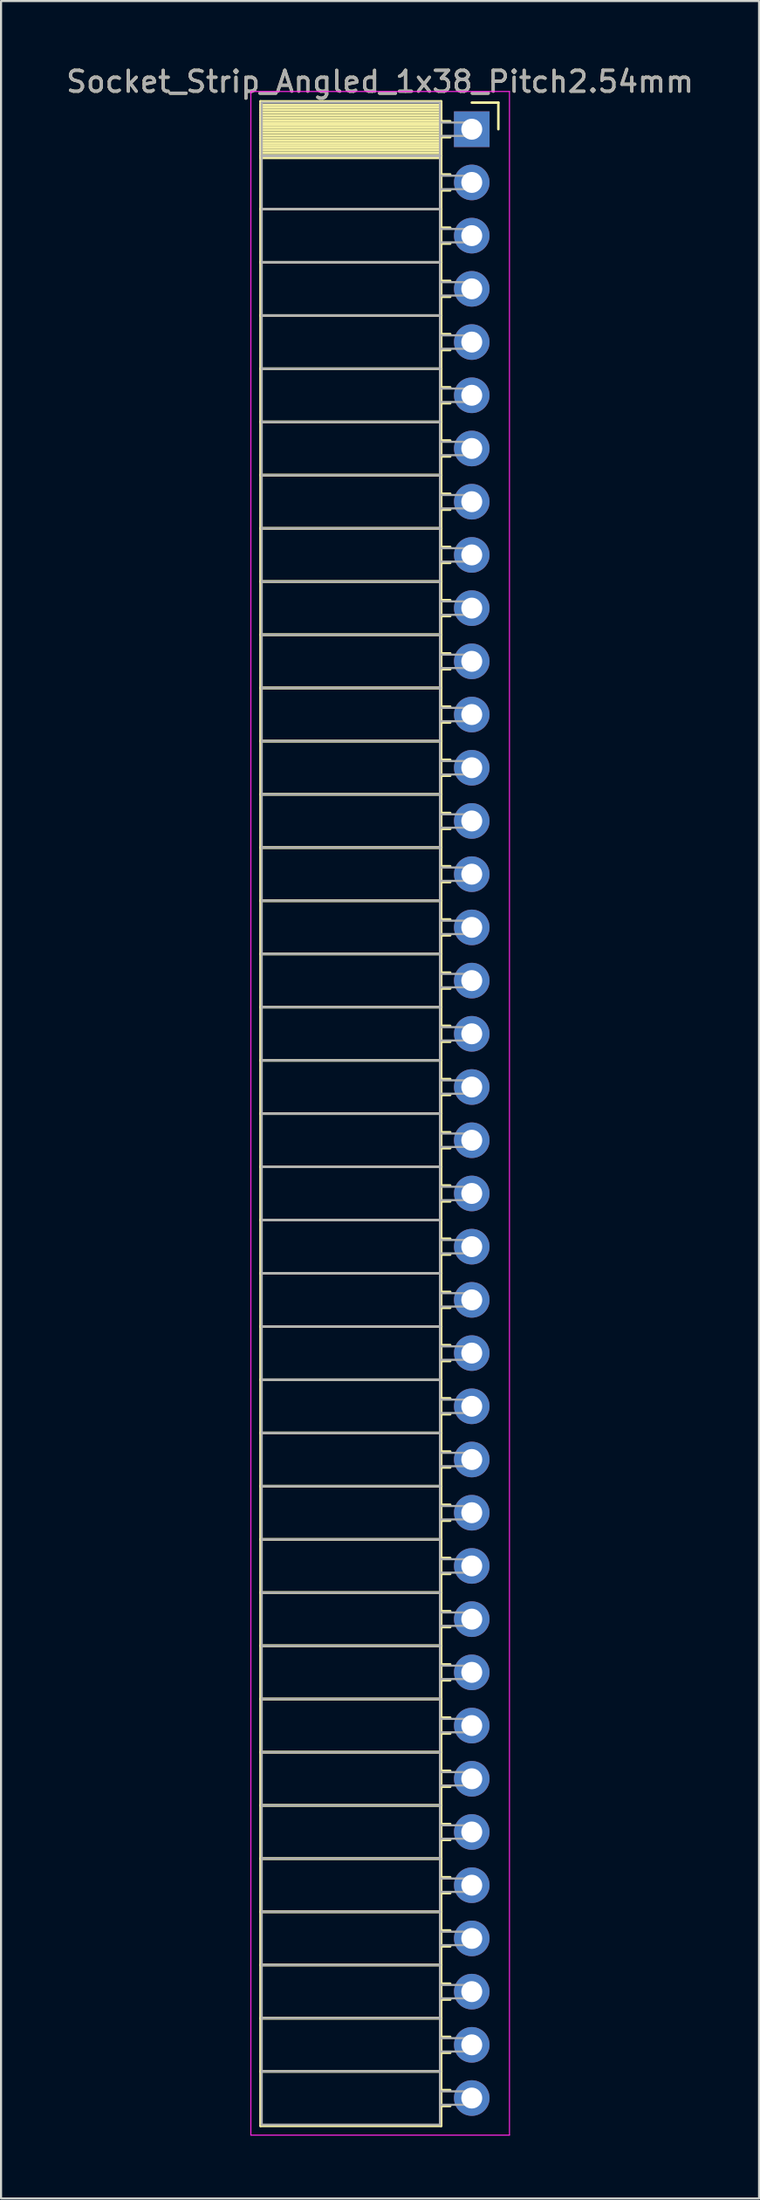
<source format=kicad_pcb>
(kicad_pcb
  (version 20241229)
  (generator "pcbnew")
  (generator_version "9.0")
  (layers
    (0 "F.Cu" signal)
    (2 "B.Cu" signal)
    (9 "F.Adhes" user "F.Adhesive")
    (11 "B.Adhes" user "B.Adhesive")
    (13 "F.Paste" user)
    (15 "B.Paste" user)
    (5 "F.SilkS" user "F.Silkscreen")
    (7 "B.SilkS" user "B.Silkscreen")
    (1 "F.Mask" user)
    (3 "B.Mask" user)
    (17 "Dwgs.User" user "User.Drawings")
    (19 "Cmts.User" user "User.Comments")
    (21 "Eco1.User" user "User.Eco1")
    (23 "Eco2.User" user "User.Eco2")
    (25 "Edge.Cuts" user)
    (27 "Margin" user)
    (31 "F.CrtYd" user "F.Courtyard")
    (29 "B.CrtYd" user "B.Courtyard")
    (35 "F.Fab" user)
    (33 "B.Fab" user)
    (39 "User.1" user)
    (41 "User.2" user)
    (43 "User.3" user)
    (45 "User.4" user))
  (footprint "Socket_Strip_Angled_1x38_Pitch2.54mm"
    (layer "F.Cu")
    (at 19.481 3.118)
    (property "Reference" "Socket_Strip_Angled_1x38_Pitch2.54mm" (at -4.38 -2.27 0) (layer "F.SilkS") (effects (font (size 1 1) (thickness 0.15))))
    (attr through_hole)
    (fp_line (start -10.09 -1.33) (end -1.46 -1.33) (stroke (width 0.12) (type solid)) (layer "F.SilkS"))
    (fp_line (start -10.09 1.27) (end -10.09 -1.33) (stroke (width 0.12) (type solid)) (layer "F.SilkS"))
    (fp_line (start -10.09 1.27) (end -1.46 1.27) (stroke (width 0.12) (type solid)) (layer "F.SilkS"))
    (fp_line (start -10.09 3.81) (end -10.09 1.27) (stroke (width 0.12) (type solid)) (layer "F.SilkS"))
    (fp_line (start -10.09 3.81) (end -1.46 3.81) (stroke (width 0.12) (type solid)) (layer "F.SilkS"))
    (fp_line (start -10.09 6.35) (end -10.09 3.81) (stroke (width 0.12) (type solid)) (layer "F.SilkS"))
    (fp_line (start -10.09 6.35) (end -1.46 6.35) (stroke (width 0.12) (type solid)) (layer "F.SilkS"))
    (fp_line (start -10.09 8.89) (end -10.09 6.35) (stroke (width 0.12) (type solid)) (layer "F.SilkS"))
    (fp_line (start -10.09 8.89) (end -1.46 8.89) (stroke (width 0.12) (type solid)) (layer "F.SilkS"))
    (fp_line (start -10.09 11.43) (end -10.09 8.89) (stroke (width 0.12) (type solid)) (layer "F.SilkS"))
    (fp_line (start -10.09 11.43) (end -1.46 11.43) (stroke (width 0.12) (type solid)) (layer "F.SilkS"))
    (fp_line (start -10.09 13.97) (end -10.09 11.43) (stroke (width 0.12) (type solid)) (layer "F.SilkS"))
    (fp_line (start -10.09 13.97) (end -1.46 13.97) (stroke (width 0.12) (type solid)) (layer "F.SilkS"))
    (fp_line (start -10.09 16.51) (end -10.09 13.97) (stroke (width 0.12) (type solid)) (layer "F.SilkS"))
    (fp_line (start -10.09 16.51) (end -1.46 16.51) (stroke (width 0.12) (type solid)) (layer "F.SilkS"))
    (fp_line (start -10.09 19.05) (end -10.09 16.51) (stroke (width 0.12) (type solid)) (layer "F.SilkS"))
    (fp_line (start -10.09 19.05) (end -1.46 19.05) (stroke (width 0.12) (type solid)) (layer "F.SilkS"))
    (fp_line (start -10.09 21.59) (end -10.09 19.05) (stroke (width 0.12) (type solid)) (layer "F.SilkS"))
    (fp_line (start -10.09 21.59) (end -1.46 21.59) (stroke (width 0.12) (type solid)) (layer "F.SilkS"))
    (fp_line (start -10.09 24.13) (end -10.09 21.59) (stroke (width 0.12) (type solid)) (layer "F.SilkS"))
    (fp_line (start -10.09 24.13) (end -1.46 24.13) (stroke (width 0.12) (type solid)) (layer "F.SilkS"))
    (fp_line (start -10.09 26.67) (end -10.09 24.13) (stroke (width 0.12) (type solid)) (layer "F.SilkS"))
    (fp_line (start -10.09 26.67) (end -1.46 26.67) (stroke (width 0.12) (type solid)) (layer "F.SilkS"))
    (fp_line (start -10.09 29.21) (end -10.09 26.67) (stroke (width 0.12) (type solid)) (layer "F.SilkS"))
    (fp_line (start -10.09 29.21) (end -1.46 29.21) (stroke (width 0.12) (type solid)) (layer "F.SilkS"))
    (fp_line (start -10.09 31.75) (end -10.09 29.21) (stroke (width 0.12) (type solid)) (layer "F.SilkS"))
    (fp_line (start -10.09 31.75) (end -1.46 31.75) (stroke (width 0.12) (type solid)) (layer "F.SilkS"))
    (fp_line (start -10.09 34.29) (end -10.09 31.75) (stroke (width 0.12) (type solid)) (layer "F.SilkS"))
    (fp_line (start -10.09 34.29) (end -1.46 34.29) (stroke (width 0.12) (type solid)) (layer "F.SilkS"))
    (fp_line (start -10.09 36.83) (end -10.09 34.29) (stroke (width 0.12) (type solid)) (layer "F.SilkS"))
    (fp_line (start -10.09 36.83) (end -1.46 36.83) (stroke (width 0.12) (type solid)) (layer "F.SilkS"))
    (fp_line (start -10.09 39.37) (end -10.09 36.83) (stroke (width 0.12) (type solid)) (layer "F.SilkS"))
    (fp_line (start -10.09 39.37) (end -1.46 39.37) (stroke (width 0.12) (type solid)) (layer "F.SilkS"))
    (fp_line (start -10.09 41.91) (end -10.09 39.37) (stroke (width 0.12) (type solid)) (layer "F.SilkS"))
    (fp_line (start -10.09 41.91) (end -1.46 41.91) (stroke (width 0.12) (type solid)) (layer "F.SilkS"))
    (fp_line (start -10.09 44.45) (end -10.09 41.91) (stroke (width 0.12) (type solid)) (layer "F.SilkS"))
    (fp_line (start -10.09 44.45) (end -1.46 44.45) (stroke (width 0.12) (type solid)) (layer "F.SilkS"))
    (fp_line (start -10.09 46.99) (end -10.09 44.45) (stroke (width 0.12) (type solid)) (layer "F.SilkS"))
    (fp_line (start -10.09 46.99) (end -1.46 46.99) (stroke (width 0.12) (type solid)) (layer "F.SilkS"))
    (fp_line (start -10.09 49.53) (end -10.09 46.99) (stroke (width 0.12) (type solid)) (layer "F.SilkS"))
    (fp_line (start -10.09 49.53) (end -1.46 49.53) (stroke (width 0.12) (type solid)) (layer "F.SilkS"))
    (fp_line (start -10.09 52.07) (end -10.09 49.53) (stroke (width 0.12) (type solid)) (layer "F.SilkS"))
    (fp_line (start -10.09 52.07) (end -1.46 52.07) (stroke (width 0.12) (type solid)) (layer "F.SilkS"))
    (fp_line (start -10.09 54.61) (end -10.09 52.07) (stroke (width 0.12) (type solid)) (layer "F.SilkS"))
    (fp_line (start -10.09 54.61) (end -1.46 54.61) (stroke (width 0.12) (type solid)) (layer "F.SilkS"))
    (fp_line (start -10.09 57.15) (end -10.09 54.61) (stroke (width 0.12) (type solid)) (layer "F.SilkS"))
    (fp_line (start -10.09 57.15) (end -1.46 57.15) (stroke (width 0.12) (type solid)) (layer "F.SilkS"))
    (fp_line (start -10.09 59.69) (end -10.09 57.15) (stroke (width 0.12) (type solid)) (layer "F.SilkS"))
    (fp_line (start -10.09 59.69) (end -1.46 59.69) (stroke (width 0.12) (type solid)) (layer "F.SilkS"))
    (fp_line (start -10.09 62.23) (end -10.09 59.69) (stroke (width 0.12) (type solid)) (layer "F.SilkS"))
    (fp_line (start -10.09 62.23) (end -1.46 62.23) (stroke (width 0.12) (type solid)) (layer "F.SilkS"))
    (fp_line (start -10.09 64.77) (end -10.09 62.23) (stroke (width 0.12) (type solid)) (layer "F.SilkS"))
    (fp_line (start -10.09 64.77) (end -1.46 64.77) (stroke (width 0.12) (type solid)) (layer "F.SilkS"))
    (fp_line (start -10.09 67.31) (end -10.09 64.77) (stroke (width 0.12) (type solid)) (layer "F.SilkS"))
    (fp_line (start -10.09 67.31) (end -1.46 67.31) (stroke (width 0.12) (type solid)) (layer "F.SilkS"))
    (fp_line (start -10.09 69.85) (end -10.09 67.31) (stroke (width 0.12) (type solid)) (layer "F.SilkS"))
    (fp_line (start -10.09 69.85) (end -1.46 69.85) (stroke (width 0.12) (type solid)) (layer "F.SilkS"))
    (fp_line (start -10.09 72.39) (end -10.09 69.85) (stroke (width 0.12) (type solid)) (layer "F.SilkS"))
    (fp_line (start -10.09 72.39) (end -1.46 72.39) (stroke (width 0.12) (type solid)) (layer "F.SilkS"))
    (fp_line (start -10.09 74.93) (end -10.09 72.39) (stroke (width 0.12) (type solid)) (layer "F.SilkS"))
    (fp_line (start -10.09 74.93) (end -1.46 74.93) (stroke (width 0.12) (type solid)) (layer "F.SilkS"))
    (fp_line (start -10.09 77.47) (end -10.09 74.93) (stroke (width 0.12) (type solid)) (layer "F.SilkS"))
    (fp_line (start -10.09 77.47) (end -1.46 77.47) (stroke (width 0.12) (type solid)) (layer "F.SilkS"))
    (fp_line (start -10.09 80.01) (end -10.09 77.47) (stroke (width 0.12) (type solid)) (layer "F.SilkS"))
    (fp_line (start -10.09 80.01) (end -1.46 80.01) (stroke (width 0.12) (type solid)) (layer "F.SilkS"))
    (fp_line (start -10.09 82.55) (end -10.09 80.01) (stroke (width 0.12) (type solid)) (layer "F.SilkS"))
    (fp_line (start -10.09 82.55) (end -1.46 82.55) (stroke (width 0.12) (type solid)) (layer "F.SilkS"))
    (fp_line (start -10.09 85.09) (end -10.09 82.55) (stroke (width 0.12) (type solid)) (layer "F.SilkS"))
    (fp_line (start -10.09 85.09) (end -1.46 85.09) (stroke (width 0.12) (type solid)) (layer "F.SilkS"))
    (fp_line (start -10.09 87.63) (end -10.09 85.09) (stroke (width 0.12) (type solid)) (layer "F.SilkS"))
    (fp_line (start -10.09 87.63) (end -1.46 87.63) (stroke (width 0.12) (type solid)) (layer "F.SilkS"))
    (fp_line (start -10.09 90.17) (end -10.09 87.63) (stroke (width 0.12) (type solid)) (layer "F.SilkS"))
    (fp_line (start -10.09 90.17) (end -1.46 90.17) (stroke (width 0.12) (type solid)) (layer "F.SilkS"))
    (fp_line (start -10.09 92.71) (end -10.09 90.17) (stroke (width 0.12) (type solid)) (layer "F.SilkS"))
    (fp_line (start -10.09 92.71) (end -1.46 92.71) (stroke (width 0.12) (type solid)) (layer "F.SilkS"))
    (fp_line (start -10.09 95.31) (end -10.09 92.71) (stroke (width 0.12) (type solid)) (layer "F.SilkS"))
    (fp_line (start -1.46 -1.33) (end -1.46 1.27) (stroke (width 0.12) (type solid)) (layer "F.SilkS"))
    (fp_line (start -1.46 -1.15) (end -10.09 -1.15) (stroke (width 0.12) (type solid)) (layer "F.SilkS"))
    (fp_line (start -1.46 -1.03) (end -10.09 -1.03) (stroke (width 0.12) (type solid)) (layer "F.SilkS"))
    (fp_line (start -1.46 -0.91) (end -10.09 -0.91) (stroke (width 0.12) (type solid)) (layer "F.SilkS"))
    (fp_line (start -1.46 -0.79) (end -10.09 -0.79) (stroke (width 0.12) (type solid)) (layer "F.SilkS"))
    (fp_line (start -1.46 -0.67) (end -10.09 -0.67) (stroke (width 0.12) (type solid)) (layer "F.SilkS"))
    (fp_line (start -1.46 -0.55) (end -10.09 -0.55) (stroke (width 0.12) (type solid)) (layer "F.SilkS"))
    (fp_line (start -1.46 -0.43) (end -10.09 -0.43) (stroke (width 0.12) (type solid)) (layer "F.SilkS"))
    (fp_line (start -1.46 -0.31) (end -10.09 -0.31) (stroke (width 0.12) (type solid)) (layer "F.SilkS"))
    (fp_line (start -1.46 -0.19) (end -10.09 -0.19) (stroke (width 0.12) (type solid)) (layer "F.SilkS"))
    (fp_line (start -1.46 -0.07) (end -10.09 -0.07) (stroke (width 0.12) (type solid)) (layer "F.SilkS"))
    (fp_line (start -1.46 0.05) (end -10.09 0.05) (stroke (width 0.12) (type solid)) (layer "F.SilkS"))
    (fp_line (start -1.46 0.17) (end -10.09 0.17) (stroke (width 0.12) (type solid)) (layer "F.SilkS"))
    (fp_line (start -1.46 0.29) (end -10.09 0.29) (stroke (width 0.12) (type solid)) (layer "F.SilkS"))
    (fp_line (start -1.46 0.41) (end -10.09 0.41) (stroke (width 0.12) (type solid)) (layer "F.SilkS"))
    (fp_line (start -1.46 0.53) (end -10.09 0.53) (stroke (width 0.12) (type solid)) (layer "F.SilkS"))
    (fp_line (start -1.46 0.65) (end -10.09 0.65) (stroke (width 0.12) (type solid)) (layer "F.SilkS"))
    (fp_line (start -1.46 0.77) (end -10.09 0.77) (stroke (width 0.12) (type solid)) (layer "F.SilkS"))
    (fp_line (start -1.46 0.89) (end -10.09 0.89) (stroke (width 0.12) (type solid)) (layer "F.SilkS"))
    (fp_line (start -1.46 1.01) (end -10.09 1.01) (stroke (width 0.12) (type solid)) (layer "F.SilkS"))
    (fp_line (start -1.46 1.13) (end -10.09 1.13) (stroke (width 0.12) (type solid)) (layer "F.SilkS"))
    (fp_line (start -1.46 1.25) (end -10.09 1.25) (stroke (width 0.12) (type solid)) (layer "F.SilkS"))
    (fp_line (start -1.46 1.27) (end -10.09 1.27) (stroke (width 0.12) (type solid)) (layer "F.SilkS"))
    (fp_line (start -1.46 1.27) (end -1.46 3.81) (stroke (width 0.12) (type solid)) (layer "F.SilkS"))
    (fp_line (start -1.46 1.37) (end -10.09 1.37) (stroke (width 0.12) (type solid)) (layer "F.SilkS"))
    (fp_line (start -1.46 3.81) (end -10.09 3.81) (stroke (width 0.12) (type solid)) (layer "F.SilkS"))
    (fp_line (start -1.46 3.81) (end -1.46 6.35) (stroke (width 0.12) (type solid)) (layer "F.SilkS"))
    (fp_line (start -1.46 6.35) (end -10.09 6.35) (stroke (width 0.12) (type solid)) (layer "F.SilkS"))
    (fp_line (start -1.46 6.35) (end -1.46 8.89) (stroke (width 0.12) (type solid)) (layer "F.SilkS"))
    (fp_line (start -1.46 8.89) (end -10.09 8.89) (stroke (width 0.12) (type solid)) (layer "F.SilkS"))
    (fp_line (start -1.46 8.89) (end -1.46 11.43) (stroke (width 0.12) (type solid)) (layer "F.SilkS"))
    (fp_line (start -1.46 11.43) (end -10.09 11.43) (stroke (width 0.12) (type solid)) (layer "F.SilkS"))
    (fp_line (start -1.46 11.43) (end -1.46 13.97) (stroke (width 0.12) (type solid)) (layer "F.SilkS"))
    (fp_line (start -1.46 13.97) (end -10.09 13.97) (stroke (width 0.12) (type solid)) (layer "F.SilkS"))
    (fp_line (start -1.46 13.97) (end -1.46 16.51) (stroke (width 0.12) (type solid)) (layer "F.SilkS"))
    (fp_line (start -1.46 16.51) (end -10.09 16.51) (stroke (width 0.12) (type solid)) (layer "F.SilkS"))
    (fp_line (start -1.46 16.51) (end -1.46 19.05) (stroke (width 0.12) (type solid)) (layer "F.SilkS"))
    (fp_line (start -1.46 19.05) (end -10.09 19.05) (stroke (width 0.12) (type solid)) (layer "F.SilkS"))
    (fp_line (start -1.46 19.05) (end -1.46 21.59) (stroke (width 0.12) (type solid)) (layer "F.SilkS"))
    (fp_line (start -1.46 21.59) (end -10.09 21.59) (stroke (width 0.12) (type solid)) (layer "F.SilkS"))
    (fp_line (start -1.46 21.59) (end -1.46 24.13) (stroke (width 0.12) (type solid)) (layer "F.SilkS"))
    (fp_line (start -1.46 24.13) (end -10.09 24.13) (stroke (width 0.12) (type solid)) (layer "F.SilkS"))
    (fp_line (start -1.46 24.13) (end -1.46 26.67) (stroke (width 0.12) (type solid)) (layer "F.SilkS"))
    (fp_line (start -1.46 26.67) (end -10.09 26.67) (stroke (width 0.12) (type solid)) (layer "F.SilkS"))
    (fp_line (start -1.46 26.67) (end -1.46 29.21) (stroke (width 0.12) (type solid)) (layer "F.SilkS"))
    (fp_line (start -1.46 29.21) (end -10.09 29.21) (stroke (width 0.12) (type solid)) (layer "F.SilkS"))
    (fp_line (start -1.46 29.21) (end -1.46 31.75) (stroke (width 0.12) (type solid)) (layer "F.SilkS"))
    (fp_line (start -1.46 31.75) (end -10.09 31.75) (stroke (width 0.12) (type solid)) (layer "F.SilkS"))
    (fp_line (start -1.46 31.75) (end -1.46 34.29) (stroke (width 0.12) (type solid)) (layer "F.SilkS"))
    (fp_line (start -1.46 34.29) (end -10.09 34.29) (stroke (width 0.12) (type solid)) (layer "F.SilkS"))
    (fp_line (start -1.46 34.29) (end -1.46 36.83) (stroke (width 0.12) (type solid)) (layer "F.SilkS"))
    (fp_line (start -1.46 36.83) (end -10.09 36.83) (stroke (width 0.12) (type solid)) (layer "F.SilkS"))
    (fp_line (start -1.46 36.83) (end -1.46 39.37) (stroke (width 0.12) (type solid)) (layer "F.SilkS"))
    (fp_line (start -1.46 39.37) (end -10.09 39.37) (stroke (width 0.12) (type solid)) (layer "F.SilkS"))
    (fp_line (start -1.46 39.37) (end -1.46 41.91) (stroke (width 0.12) (type solid)) (layer "F.SilkS"))
    (fp_line (start -1.46 41.91) (end -10.09 41.91) (stroke (width 0.12) (type solid)) (layer "F.SilkS"))
    (fp_line (start -1.46 41.91) (end -1.46 44.45) (stroke (width 0.12) (type solid)) (layer "F.SilkS"))
    (fp_line (start -1.46 44.45) (end -10.09 44.45) (stroke (width 0.12) (type solid)) (layer "F.SilkS"))
    (fp_line (start -1.46 44.45) (end -1.46 46.99) (stroke (width 0.12) (type solid)) (layer "F.SilkS"))
    (fp_line (start -1.46 46.99) (end -10.09 46.99) (stroke (width 0.12) (type solid)) (layer "F.SilkS"))
    (fp_line (start -1.46 46.99) (end -1.46 49.53) (stroke (width 0.12) (type solid)) (layer "F.SilkS"))
    (fp_line (start -1.46 49.53) (end -10.09 49.53) (stroke (width 0.12) (type solid)) (layer "F.SilkS"))
    (fp_line (start -1.46 49.53) (end -1.46 52.07) (stroke (width 0.12) (type solid)) (layer "F.SilkS"))
    (fp_line (start -1.46 52.07) (end -10.09 52.07) (stroke (width 0.12) (type solid)) (layer "F.SilkS"))
    (fp_line (start -1.46 52.07) (end -1.46 54.61) (stroke (width 0.12) (type solid)) (layer "F.SilkS"))
    (fp_line (start -1.46 54.61) (end -10.09 54.61) (stroke (width 0.12) (type solid)) (layer "F.SilkS"))
    (fp_line (start -1.46 54.61) (end -1.46 57.15) (stroke (width 0.12) (type solid)) (layer "F.SilkS"))
    (fp_line (start -1.46 57.15) (end -10.09 57.15) (stroke (width 0.12) (type solid)) (layer "F.SilkS"))
    (fp_line (start -1.46 57.15) (end -1.46 59.69) (stroke (width 0.12) (type solid)) (layer "F.SilkS"))
    (fp_line (start -1.46 59.69) (end -10.09 59.69) (stroke (width 0.12) (type solid)) (layer "F.SilkS"))
    (fp_line (start -1.46 59.69) (end -1.46 62.23) (stroke (width 0.12) (type solid)) (layer "F.SilkS"))
    (fp_line (start -1.46 62.23) (end -10.09 62.23) (stroke (width 0.12) (type solid)) (layer "F.SilkS"))
    (fp_line (start -1.46 62.23) (end -1.46 64.77) (stroke (width 0.12) (type solid)) (layer "F.SilkS"))
    (fp_line (start -1.46 64.77) (end -10.09 64.77) (stroke (width 0.12) (type solid)) (layer "F.SilkS"))
    (fp_line (start -1.46 64.77) (end -1.46 67.31) (stroke (width 0.12) (type solid)) (layer "F.SilkS"))
    (fp_line (start -1.46 67.31) (end -10.09 67.31) (stroke (width 0.12) (type solid)) (layer "F.SilkS"))
    (fp_line (start -1.46 67.31) (end -1.46 69.85) (stroke (width 0.12) (type solid)) (layer "F.SilkS"))
    (fp_line (start -1.46 69.85) (end -10.09 69.85) (stroke (width 0.12) (type solid)) (layer "F.SilkS"))
    (fp_line (start -1.46 69.85) (end -1.46 72.39) (stroke (width 0.12) (type solid)) (layer "F.SilkS"))
    (fp_line (start -1.46 72.39) (end -10.09 72.39) (stroke (width 0.12) (type solid)) (layer "F.SilkS"))
    (fp_line (start -1.46 72.39) (end -1.46 74.93) (stroke (width 0.12) (type solid)) (layer "F.SilkS"))
    (fp_line (start -1.46 74.93) (end -10.09 74.93) (stroke (width 0.12) (type solid)) (layer "F.SilkS"))
    (fp_line (start -1.46 74.93) (end -1.46 77.47) (stroke (width 0.12) (type solid)) (layer "F.SilkS"))
    (fp_line (start -1.46 77.47) (end -10.09 77.47) (stroke (width 0.12) (type solid)) (layer "F.SilkS"))
    (fp_line (start -1.46 77.47) (end -1.46 80.01) (stroke (width 0.12) (type solid)) (layer "F.SilkS"))
    (fp_line (start -1.46 80.01) (end -10.09 80.01) (stroke (width 0.12) (type solid)) (layer "F.SilkS"))
    (fp_line (start -1.46 80.01) (end -1.46 82.55) (stroke (width 0.12) (type solid)) (layer "F.SilkS"))
    (fp_line (start -1.46 82.55) (end -10.09 82.55) (stroke (width 0.12) (type solid)) (layer "F.SilkS"))
    (fp_line (start -1.46 82.55) (end -1.46 85.09) (stroke (width 0.12) (type solid)) (layer "F.SilkS"))
    (fp_line (start -1.46 85.09) (end -10.09 85.09) (stroke (width 0.12) (type solid)) (layer "F.SilkS"))
    (fp_line (start -1.46 85.09) (end -1.46 87.63) (stroke (width 0.12) (type solid)) (layer "F.SilkS"))
    (fp_line (start -1.46 87.63) (end -10.09 87.63) (stroke (width 0.12) (type solid)) (layer "F.SilkS"))
    (fp_line (start -1.46 87.63) (end -1.46 90.17) (stroke (width 0.12) (type solid)) (layer "F.SilkS"))
    (fp_line (start -1.46 90.17) (end -10.09 90.17) (stroke (width 0.12) (type solid)) (layer "F.SilkS"))
    (fp_line (start -1.46 90.17) (end -1.46 92.71) (stroke (width 0.12) (type solid)) (layer "F.SilkS"))
    (fp_line (start -1.46 92.71) (end -10.09 92.71) (stroke (width 0.12) (type solid)) (layer "F.SilkS"))
    (fp_line (start -1.46 92.71) (end -1.46 95.31) (stroke (width 0.12) (type solid)) (layer "F.SilkS"))
    (fp_line (start -1.46 95.31) (end -10.09 95.31) (stroke (width 0.12) (type solid)) (layer "F.SilkS"))
    (fp_line (start -1.03 -0.38) (end -1.46 -0.38) (stroke (width 0.12) (type solid)) (layer "F.SilkS"))
    (fp_line (start -1.03 0.38) (end -1.46 0.38) (stroke (width 0.12) (type solid)) (layer "F.SilkS"))
    (fp_line (start -1.03 2.16) (end -1.46 2.16) (stroke (width 0.12) (type solid)) (layer "F.SilkS"))
    (fp_line (start -1.03 2.92) (end -1.46 2.92) (stroke (width 0.12) (type solid)) (layer "F.SilkS"))
    (fp_line (start -1.03 4.7) (end -1.46 4.7) (stroke (width 0.12) (type solid)) (layer "F.SilkS"))
    (fp_line (start -1.03 5.46) (end -1.46 5.46) (stroke (width 0.12) (type solid)) (layer "F.SilkS"))
    (fp_line (start -1.03 7.24) (end -1.46 7.24) (stroke (width 0.12) (type solid)) (layer "F.SilkS"))
    (fp_line (start -1.03 8) (end -1.46 8) (stroke (width 0.12) (type solid)) (layer "F.SilkS"))
    (fp_line (start -1.03 9.78) (end -1.46 9.78) (stroke (width 0.12) (type solid)) (layer "F.SilkS"))
    (fp_line (start -1.03 10.54) (end -1.46 10.54) (stroke (width 0.12) (type solid)) (layer "F.SilkS"))
    (fp_line (start -1.03 12.32) (end -1.46 12.32) (stroke (width 0.12) (type solid)) (layer "F.SilkS"))
    (fp_line (start -1.03 13.08) (end -1.46 13.08) (stroke (width 0.12) (type solid)) (layer "F.SilkS"))
    (fp_line (start -1.03 14.86) (end -1.46 14.86) (stroke (width 0.12) (type solid)) (layer "F.SilkS"))
    (fp_line (start -1.03 15.62) (end -1.46 15.62) (stroke (width 0.12) (type solid)) (layer "F.SilkS"))
    (fp_line (start -1.03 17.4) (end -1.46 17.4) (stroke (width 0.12) (type solid)) (layer "F.SilkS"))
    (fp_line (start -1.03 18.16) (end -1.46 18.16) (stroke (width 0.12) (type solid)) (layer "F.SilkS"))
    (fp_line (start -1.03 19.94) (end -1.46 19.94) (stroke (width 0.12) (type solid)) (layer "F.SilkS"))
    (fp_line (start -1.03 20.7) (end -1.46 20.7) (stroke (width 0.12) (type solid)) (layer "F.SilkS"))
    (fp_line (start -1.03 22.48) (end -1.46 22.48) (stroke (width 0.12) (type solid)) (layer "F.SilkS"))
    (fp_line (start -1.03 23.24) (end -1.46 23.24) (stroke (width 0.12) (type solid)) (layer "F.SilkS"))
    (fp_line (start -1.03 25.02) (end -1.46 25.02) (stroke (width 0.12) (type solid)) (layer "F.SilkS"))
    (fp_line (start -1.03 25.78) (end -1.46 25.78) (stroke (width 0.12) (type solid)) (layer "F.SilkS"))
    (fp_line (start -1.03 27.56) (end -1.46 27.56) (stroke (width 0.12) (type solid)) (layer "F.SilkS"))
    (fp_line (start -1.03 28.32) (end -1.46 28.32) (stroke (width 0.12) (type solid)) (layer "F.SilkS"))
    (fp_line (start -1.03 30.1) (end -1.46 30.1) (stroke (width 0.12) (type solid)) (layer "F.SilkS"))
    (fp_line (start -1.03 30.86) (end -1.46 30.86) (stroke (width 0.12) (type solid)) (layer "F.SilkS"))
    (fp_line (start -1.03 32.64) (end -1.46 32.64) (stroke (width 0.12) (type solid)) (layer "F.SilkS"))
    (fp_line (start -1.03 33.4) (end -1.46 33.4) (stroke (width 0.12) (type solid)) (layer "F.SilkS"))
    (fp_line (start -1.03 35.18) (end -1.46 35.18) (stroke (width 0.12) (type solid)) (layer "F.SilkS"))
    (fp_line (start -1.03 35.94) (end -1.46 35.94) (stroke (width 0.12) (type solid)) (layer "F.SilkS"))
    (fp_line (start -1.03 37.72) (end -1.46 37.72) (stroke (width 0.12) (type solid)) (layer "F.SilkS"))
    (fp_line (start -1.03 38.48) (end -1.46 38.48) (stroke (width 0.12) (type solid)) (layer "F.SilkS"))
    (fp_line (start -1.03 40.26) (end -1.46 40.26) (stroke (width 0.12) (type solid)) (layer "F.SilkS"))
    (fp_line (start -1.03 41.02) (end -1.46 41.02) (stroke (width 0.12) (type solid)) (layer "F.SilkS"))
    (fp_line (start -1.03 42.8) (end -1.46 42.8) (stroke (width 0.12) (type solid)) (layer "F.SilkS"))
    (fp_line (start -1.03 43.56) (end -1.46 43.56) (stroke (width 0.12) (type solid)) (layer "F.SilkS"))
    (fp_line (start -1.03 45.34) (end -1.46 45.34) (stroke (width 0.12) (type solid)) (layer "F.SilkS"))
    (fp_line (start -1.03 46.1) (end -1.46 46.1) (stroke (width 0.12) (type solid)) (layer "F.SilkS"))
    (fp_line (start -1.03 47.88) (end -1.46 47.88) (stroke (width 0.12) (type solid)) (layer "F.SilkS"))
    (fp_line (start -1.03 48.64) (end -1.46 48.64) (stroke (width 0.12) (type solid)) (layer "F.SilkS"))
    (fp_line (start -1.03 50.42) (end -1.46 50.42) (stroke (width 0.12) (type solid)) (layer "F.SilkS"))
    (fp_line (start -1.03 51.18) (end -1.46 51.18) (stroke (width 0.12) (type solid)) (layer "F.SilkS"))
    (fp_line (start -1.03 52.96) (end -1.46 52.96) (stroke (width 0.12) (type solid)) (layer "F.SilkS"))
    (fp_line (start -1.03 53.72) (end -1.46 53.72) (stroke (width 0.12) (type solid)) (layer "F.SilkS"))
    (fp_line (start -1.03 55.5) (end -1.46 55.5) (stroke (width 0.12) (type solid)) (layer "F.SilkS"))
    (fp_line (start -1.03 56.26) (end -1.46 56.26) (stroke (width 0.12) (type solid)) (layer "F.SilkS"))
    (fp_line (start -1.03 58.04) (end -1.46 58.04) (stroke (width 0.12) (type solid)) (layer "F.SilkS"))
    (fp_line (start -1.03 58.8) (end -1.46 58.8) (stroke (width 0.12) (type solid)) (layer "F.SilkS"))
    (fp_line (start -1.03 60.58) (end -1.46 60.58) (stroke (width 0.12) (type solid)) (layer "F.SilkS"))
    (fp_line (start -1.03 61.34) (end -1.46 61.34) (stroke (width 0.12) (type solid)) (layer "F.SilkS"))
    (fp_line (start -1.03 63.12) (end -1.46 63.12) (stroke (width 0.12) (type solid)) (layer "F.SilkS"))
    (fp_line (start -1.03 63.88) (end -1.46 63.88) (stroke (width 0.12) (type solid)) (layer "F.SilkS"))
    (fp_line (start -1.03 65.66) (end -1.46 65.66) (stroke (width 0.12) (type solid)) (layer "F.SilkS"))
    (fp_line (start -1.03 66.42) (end -1.46 66.42) (stroke (width 0.12) (type solid)) (layer "F.SilkS"))
    (fp_line (start -1.03 68.2) (end -1.46 68.2) (stroke (width 0.12) (type solid)) (layer "F.SilkS"))
    (fp_line (start -1.03 68.96) (end -1.46 68.96) (stroke (width 0.12) (type solid)) (layer "F.SilkS"))
    (fp_line (start -1.03 70.74) (end -1.46 70.74) (stroke (width 0.12) (type solid)) (layer "F.SilkS"))
    (fp_line (start -1.03 71.5) (end -1.46 71.5) (stroke (width 0.12) (type solid)) (layer "F.SilkS"))
    (fp_line (start -1.03 73.28) (end -1.46 73.28) (stroke (width 0.12) (type solid)) (layer "F.SilkS"))
    (fp_line (start -1.03 74.04) (end -1.46 74.04) (stroke (width 0.12) (type solid)) (layer "F.SilkS"))
    (fp_line (start -1.03 75.82) (end -1.46 75.82) (stroke (width 0.12) (type solid)) (layer "F.SilkS"))
    (fp_line (start -1.03 76.58) (end -1.46 76.58) (stroke (width 0.12) (type solid)) (layer "F.SilkS"))
    (fp_line (start -1.03 78.36) (end -1.46 78.36) (stroke (width 0.12) (type solid)) (layer "F.SilkS"))
    (fp_line (start -1.03 79.12) (end -1.46 79.12) (stroke (width 0.12) (type solid)) (layer "F.SilkS"))
    (fp_line (start -1.03 80.9) (end -1.46 80.9) (stroke (width 0.12) (type solid)) (layer "F.SilkS"))
    (fp_line (start -1.03 81.66) (end -1.46 81.66) (stroke (width 0.12) (type solid)) (layer "F.SilkS"))
    (fp_line (start -1.03 83.44) (end -1.46 83.44) (stroke (width 0.12) (type solid)) (layer "F.SilkS"))
    (fp_line (start -1.03 84.2) (end -1.46 84.2) (stroke (width 0.12) (type solid)) (layer "F.SilkS"))
    (fp_line (start -1.03 85.98) (end -1.46 85.98) (stroke (width 0.12) (type solid)) (layer "F.SilkS"))
    (fp_line (start -1.03 86.74) (end -1.46 86.74) (stroke (width 0.12) (type solid)) (layer "F.SilkS"))
    (fp_line (start -1.03 88.52) (end -1.46 88.52) (stroke (width 0.12) (type solid)) (layer "F.SilkS"))
    (fp_line (start -1.03 89.28) (end -1.46 89.28) (stroke (width 0.12) (type solid)) (layer "F.SilkS"))
    (fp_line (start -1.03 91.06) (end -1.46 91.06) (stroke (width 0.12) (type solid)) (layer "F.SilkS"))
    (fp_line (start -1.03 91.82) (end -1.46 91.82) (stroke (width 0.12) (type solid)) (layer "F.SilkS"))
    (fp_line (start -1.03 93.6) (end -1.46 93.6) (stroke (width 0.12) (type solid)) (layer "F.SilkS"))
    (fp_line (start -1.03 94.36) (end -1.46 94.36) (stroke (width 0.12) (type solid)) (layer "F.SilkS"))
    (fp_line (start 0 -1.27) (end 1.27 -1.27) (stroke (width 0.12) (type solid)) (layer "F.SilkS"))
    (fp_line (start 1.27 -1.27) (end 1.27 0) (stroke (width 0.12) (type solid)) (layer "F.SilkS"))
    (fp_line (start -10.55 -1.8) (end 1.8 -1.8) (stroke (width 0.05) (type solid)) (layer "F.CrtYd"))
    (fp_line (start -10.55 95.75) (end -10.55 -1.8) (stroke (width 0.05) (type solid)) (layer "F.CrtYd"))
    (fp_line (start 1.8 -1.8) (end 1.8 95.75) (stroke (width 0.05) (type solid)) (layer "F.CrtYd"))
    (fp_line (start 1.8 95.75) (end -10.55 95.75) (stroke (width 0.05) (type solid)) (layer "F.CrtYd"))
    (fp_line (start -10.03 -1.27) (end -1.52 -1.27) (stroke (width 0.1) (type solid)) (layer "F.Fab"))
    (fp_line (start -10.03 1.27) (end -10.03 -1.27) (stroke (width 0.1) (type solid)) (layer "F.Fab"))
    (fp_line (start -10.03 1.27) (end -1.52 1.27) (stroke (width 0.1) (type solid)) (layer "F.Fab"))
    (fp_line (start -10.03 3.81) (end -10.03 1.27) (stroke (width 0.1) (type solid)) (layer "F.Fab"))
    (fp_line (start -10.03 3.81) (end -1.52 3.81) (stroke (width 0.1) (type solid)) (layer "F.Fab"))
    (fp_line (start -10.03 6.35) (end -10.03 3.81) (stroke (width 0.1) (type solid)) (layer "F.Fab"))
    (fp_line (start -10.03 6.35) (end -1.52 6.35) (stroke (width 0.1) (type solid)) (layer "F.Fab"))
    (fp_line (start -10.03 8.89) (end -10.03 6.35) (stroke (width 0.1) (type solid)) (layer "F.Fab"))
    (fp_line (start -10.03 8.89) (end -1.52 8.89) (stroke (width 0.1) (type solid)) (layer "F.Fab"))
    (fp_line (start -10.03 11.43) (end -10.03 8.89) (stroke (width 0.1) (type solid)) (layer "F.Fab"))
    (fp_line (start -10.03 11.43) (end -1.52 11.43) (stroke (width 0.1) (type solid)) (layer "F.Fab"))
    (fp_line (start -10.03 13.97) (end -10.03 11.43) (stroke (width 0.1) (type solid)) (layer "F.Fab"))
    (fp_line (start -10.03 13.97) (end -1.52 13.97) (stroke (width 0.1) (type solid)) (layer "F.Fab"))
    (fp_line (start -10.03 16.51) (end -10.03 13.97) (stroke (width 0.1) (type solid)) (layer "F.Fab"))
    (fp_line (start -10.03 16.51) (end -1.52 16.51) (stroke (width 0.1) (type solid)) (layer "F.Fab"))
    (fp_line (start -10.03 19.05) (end -10.03 16.51) (stroke (width 0.1) (type solid)) (layer "F.Fab"))
    (fp_line (start -10.03 19.05) (end -1.52 19.05) (stroke (width 0.1) (type solid)) (layer "F.Fab"))
    (fp_line (start -10.03 21.59) (end -10.03 19.05) (stroke (width 0.1) (type solid)) (layer "F.Fab"))
    (fp_line (start -10.03 21.59) (end -1.52 21.59) (stroke (width 0.1) (type solid)) (layer "F.Fab"))
    (fp_line (start -10.03 24.13) (end -10.03 21.59) (stroke (width 0.1) (type solid)) (layer "F.Fab"))
    (fp_line (start -10.03 24.13) (end -1.52 24.13) (stroke (width 0.1) (type solid)) (layer "F.Fab"))
    (fp_line (start -10.03 26.67) (end -10.03 24.13) (stroke (width 0.1) (type solid)) (layer "F.Fab"))
    (fp_line (start -10.03 26.67) (end -1.52 26.67) (stroke (width 0.1) (type solid)) (layer "F.Fab"))
    (fp_line (start -10.03 29.21) (end -10.03 26.67) (stroke (width 0.1) (type solid)) (layer "F.Fab"))
    (fp_line (start -10.03 29.21) (end -1.52 29.21) (stroke (width 0.1) (type solid)) (layer "F.Fab"))
    (fp_line (start -10.03 31.75) (end -10.03 29.21) (stroke (width 0.1) (type solid)) (layer "F.Fab"))
    (fp_line (start -10.03 31.75) (end -1.52 31.75) (stroke (width 0.1) (type solid)) (layer "F.Fab"))
    (fp_line (start -10.03 34.29) (end -10.03 31.75) (stroke (width 0.1) (type solid)) (layer "F.Fab"))
    (fp_line (start -10.03 34.29) (end -1.52 34.29) (stroke (width 0.1) (type solid)) (layer "F.Fab"))
    (fp_line (start -10.03 36.83) (end -10.03 34.29) (stroke (width 0.1) (type solid)) (layer "F.Fab"))
    (fp_line (start -10.03 36.83) (end -1.52 36.83) (stroke (width 0.1) (type solid)) (layer "F.Fab"))
    (fp_line (start -10.03 39.37) (end -10.03 36.83) (stroke (width 0.1) (type solid)) (layer "F.Fab"))
    (fp_line (start -10.03 39.37) (end -1.52 39.37) (stroke (width 0.1) (type solid)) (layer "F.Fab"))
    (fp_line (start -10.03 41.91) (end -10.03 39.37) (stroke (width 0.1) (type solid)) (layer "F.Fab"))
    (fp_line (start -10.03 41.91) (end -1.52 41.91) (stroke (width 0.1) (type solid)) (layer "F.Fab"))
    (fp_line (start -10.03 44.45) (end -10.03 41.91) (stroke (width 0.1) (type solid)) (layer "F.Fab"))
    (fp_line (start -10.03 44.45) (end -1.52 44.45) (stroke (width 0.1) (type solid)) (layer "F.Fab"))
    (fp_line (start -10.03 46.99) (end -10.03 44.45) (stroke (width 0.1) (type solid)) (layer "F.Fab"))
    (fp_line (start -10.03 46.99) (end -1.52 46.99) (stroke (width 0.1) (type solid)) (layer "F.Fab"))
    (fp_line (start -10.03 49.53) (end -10.03 46.99) (stroke (width 0.1) (type solid)) (layer "F.Fab"))
    (fp_line (start -10.03 49.53) (end -1.52 49.53) (stroke (width 0.1) (type solid)) (layer "F.Fab"))
    (fp_line (start -10.03 52.07) (end -10.03 49.53) (stroke (width 0.1) (type solid)) (layer "F.Fab"))
    (fp_line (start -10.03 52.07) (end -1.52 52.07) (stroke (width 0.1) (type solid)) (layer "F.Fab"))
    (fp_line (start -10.03 54.61) (end -10.03 52.07) (stroke (width 0.1) (type solid)) (layer "F.Fab"))
    (fp_line (start -10.03 54.61) (end -1.52 54.61) (stroke (width 0.1) (type solid)) (layer "F.Fab"))
    (fp_line (start -10.03 57.15) (end -10.03 54.61) (stroke (width 0.1) (type solid)) (layer "F.Fab"))
    (fp_line (start -10.03 57.15) (end -1.52 57.15) (stroke (width 0.1) (type solid)) (layer "F.Fab"))
    (fp_line (start -10.03 59.69) (end -10.03 57.15) (stroke (width 0.1) (type solid)) (layer "F.Fab"))
    (fp_line (start -10.03 59.69) (end -1.52 59.69) (stroke (width 0.1) (type solid)) (layer "F.Fab"))
    (fp_line (start -10.03 62.23) (end -10.03 59.69) (stroke (width 0.1) (type solid)) (layer "F.Fab"))
    (fp_line (start -10.03 62.23) (end -1.52 62.23) (stroke (width 0.1) (type solid)) (layer "F.Fab"))
    (fp_line (start -10.03 64.77) (end -10.03 62.23) (stroke (width 0.1) (type solid)) (layer "F.Fab"))
    (fp_line (start -10.03 64.77) (end -1.52 64.77) (stroke (width 0.1) (type solid)) (layer "F.Fab"))
    (fp_line (start -10.03 67.31) (end -10.03 64.77) (stroke (width 0.1) (type solid)) (layer "F.Fab"))
    (fp_line (start -10.03 67.31) (end -1.52 67.31) (stroke (width 0.1) (type solid)) (layer "F.Fab"))
    (fp_line (start -10.03 69.85) (end -10.03 67.31) (stroke (width 0.1) (type solid)) (layer "F.Fab"))
    (fp_line (start -10.03 69.85) (end -1.52 69.85) (stroke (width 0.1) (type solid)) (layer "F.Fab"))
    (fp_line (start -10.03 72.39) (end -10.03 69.85) (stroke (width 0.1) (type solid)) (layer "F.Fab"))
    (fp_line (start -10.03 72.39) (end -1.52 72.39) (stroke (width 0.1) (type solid)) (layer "F.Fab"))
    (fp_line (start -10.03 74.93) (end -10.03 72.39) (stroke (width 0.1) (type solid)) (layer "F.Fab"))
    (fp_line (start -10.03 74.93) (end -1.52 74.93) (stroke (width 0.1) (type solid)) (layer "F.Fab"))
    (fp_line (start -10.03 77.47) (end -10.03 74.93) (stroke (width 0.1) (type solid)) (layer "F.Fab"))
    (fp_line (start -10.03 77.47) (end -1.52 77.47) (stroke (width 0.1) (type solid)) (layer "F.Fab"))
    (fp_line (start -10.03 80.01) (end -10.03 77.47) (stroke (width 0.1) (type solid)) (layer "F.Fab"))
    (fp_line (start -10.03 80.01) (end -1.52 80.01) (stroke (width 0.1) (type solid)) (layer "F.Fab"))
    (fp_line (start -10.03 82.55) (end -10.03 80.01) (stroke (width 0.1) (type solid)) (layer "F.Fab"))
    (fp_line (start -10.03 82.55) (end -1.52 82.55) (stroke (width 0.1) (type solid)) (layer "F.Fab"))
    (fp_line (start -10.03 85.09) (end -10.03 82.55) (stroke (width 0.1) (type solid)) (layer "F.Fab"))
    (fp_line (start -10.03 85.09) (end -1.52 85.09) (stroke (width 0.1) (type solid)) (layer "F.Fab"))
    (fp_line (start -10.03 87.63) (end -10.03 85.09) (stroke (width 0.1) (type solid)) (layer "F.Fab"))
    (fp_line (start -10.03 87.63) (end -1.52 87.63) (stroke (width 0.1) (type solid)) (layer "F.Fab"))
    (fp_line (start -10.03 90.17) (end -10.03 87.63) (stroke (width 0.1) (type solid)) (layer "F.Fab"))
    (fp_line (start -10.03 90.17) (end -1.52 90.17) (stroke (width 0.1) (type solid)) (layer "F.Fab"))
    (fp_line (start -10.03 92.71) (end -10.03 90.17) (stroke (width 0.1) (type solid)) (layer "F.Fab"))
    (fp_line (start -10.03 92.71) (end -1.52 92.71) (stroke (width 0.1) (type solid)) (layer "F.Fab"))
    (fp_line (start -10.03 95.25) (end -10.03 92.71) (stroke (width 0.1) (type solid)) (layer "F.Fab"))
    (fp_line (start -1.52 -1.27) (end -1.52 1.27) (stroke (width 0.1) (type solid)) (layer "F.Fab"))
    (fp_line (start -1.52 -0.32) (end 0 -0.32) (stroke (width 0.1) (type solid)) (layer "F.Fab"))
    (fp_line (start -1.52 0.32) (end -1.52 -0.32) (stroke (width 0.1) (type solid)) (layer "F.Fab"))
    (fp_line (start -1.52 1.27) (end -10.03 1.27) (stroke (width 0.1) (type solid)) (layer "F.Fab"))
    (fp_line (start -1.52 1.27) (end -1.52 3.81) (stroke (width 0.1) (type solid)) (layer "F.Fab"))
    (fp_line (start -1.52 2.22) (end 0 2.22) (stroke (width 0.1) (type solid)) (layer "F.Fab"))
    (fp_line (start -1.52 2.86) (end -1.52 2.22) (stroke (width 0.1) (type solid)) (layer "F.Fab"))
    (fp_line (start -1.52 3.81) (end -10.03 3.81) (stroke (width 0.1) (type solid)) (layer "F.Fab"))
    (fp_line (start -1.52 3.81) (end -1.52 6.35) (stroke (width 0.1) (type solid)) (layer "F.Fab"))
    (fp_line (start -1.52 4.76) (end 0 4.76) (stroke (width 0.1) (type solid)) (layer "F.Fab"))
    (fp_line (start -1.52 5.4) (end -1.52 4.76) (stroke (width 0.1) (type solid)) (layer "F.Fab"))
    (fp_line (start -1.52 6.35) (end -10.03 6.35) (stroke (width 0.1) (type solid)) (layer "F.Fab"))
    (fp_line (start -1.52 6.35) (end -1.52 8.89) (stroke (width 0.1) (type solid)) (layer "F.Fab"))
    (fp_line (start -1.52 7.3) (end 0 7.3) (stroke (width 0.1) (type solid)) (layer "F.Fab"))
    (fp_line (start -1.52 7.94) (end -1.52 7.3) (stroke (width 0.1) (type solid)) (layer "F.Fab"))
    (fp_line (start -1.52 8.89) (end -10.03 8.89) (stroke (width 0.1) (type solid)) (layer "F.Fab"))
    (fp_line (start -1.52 8.89) (end -1.52 11.43) (stroke (width 0.1) (type solid)) (layer "F.Fab"))
    (fp_line (start -1.52 9.84) (end 0 9.84) (stroke (width 0.1) (type solid)) (layer "F.Fab"))
    (fp_line (start -1.52 10.48) (end -1.52 9.84) (stroke (width 0.1) (type solid)) (layer "F.Fab"))
    (fp_line (start -1.52 11.43) (end -10.03 11.43) (stroke (width 0.1) (type solid)) (layer "F.Fab"))
    (fp_line (start -1.52 11.43) (end -1.52 13.97) (stroke (width 0.1) (type solid)) (layer "F.Fab"))
    (fp_line (start -1.52 12.38) (end 0 12.38) (stroke (width 0.1) (type solid)) (layer "F.Fab"))
    (fp_line (start -1.52 13.02) (end -1.52 12.38) (stroke (width 0.1) (type solid)) (layer "F.Fab"))
    (fp_line (start -1.52 13.97) (end -10.03 13.97) (stroke (width 0.1) (type solid)) (layer "F.Fab"))
    (fp_line (start -1.52 13.97) (end -1.52 16.51) (stroke (width 0.1) (type solid)) (layer "F.Fab"))
    (fp_line (start -1.52 14.92) (end 0 14.92) (stroke (width 0.1) (type solid)) (layer "F.Fab"))
    (fp_line (start -1.52 15.56) (end -1.52 14.92) (stroke (width 0.1) (type solid)) (layer "F.Fab"))
    (fp_line (start -1.52 16.51) (end -10.03 16.51) (stroke (width 0.1) (type solid)) (layer "F.Fab"))
    (fp_line (start -1.52 16.51) (end -1.52 19.05) (stroke (width 0.1) (type solid)) (layer "F.Fab"))
    (fp_line (start -1.52 17.46) (end 0 17.46) (stroke (width 0.1) (type solid)) (layer "F.Fab"))
    (fp_line (start -1.52 18.1) (end -1.52 17.46) (stroke (width 0.1) (type solid)) (layer "F.Fab"))
    (fp_line (start -1.52 19.05) (end -10.03 19.05) (stroke (width 0.1) (type solid)) (layer "F.Fab"))
    (fp_line (start -1.52 19.05) (end -1.52 21.59) (stroke (width 0.1) (type solid)) (layer "F.Fab"))
    (fp_line (start -1.52 20) (end 0 20) (stroke (width 0.1) (type solid)) (layer "F.Fab"))
    (fp_line (start -1.52 20.64) (end -1.52 20) (stroke (width 0.1) (type solid)) (layer "F.Fab"))
    (fp_line (start -1.52 21.59) (end -10.03 21.59) (stroke (width 0.1) (type solid)) (layer "F.Fab"))
    (fp_line (start -1.52 21.59) (end -1.52 24.13) (stroke (width 0.1) (type solid)) (layer "F.Fab"))
    (fp_line (start -1.52 22.54) (end 0 22.54) (stroke (width 0.1) (type solid)) (layer "F.Fab"))
    (fp_line (start -1.52 23.18) (end -1.52 22.54) (stroke (width 0.1) (type solid)) (layer "F.Fab"))
    (fp_line (start -1.52 24.13) (end -10.03 24.13) (stroke (width 0.1) (type solid)) (layer "F.Fab"))
    (fp_line (start -1.52 24.13) (end -1.52 26.67) (stroke (width 0.1) (type solid)) (layer "F.Fab"))
    (fp_line (start -1.52 25.08) (end 0 25.08) (stroke (width 0.1) (type solid)) (layer "F.Fab"))
    (fp_line (start -1.52 25.72) (end -1.52 25.08) (stroke (width 0.1) (type solid)) (layer "F.Fab"))
    (fp_line (start -1.52 26.67) (end -10.03 26.67) (stroke (width 0.1) (type solid)) (layer "F.Fab"))
    (fp_line (start -1.52 26.67) (end -1.52 29.21) (stroke (width 0.1) (type solid)) (layer "F.Fab"))
    (fp_line (start -1.52 27.62) (end 0 27.62) (stroke (width 0.1) (type solid)) (layer "F.Fab"))
    (fp_line (start -1.52 28.26) (end -1.52 27.62) (stroke (width 0.1) (type solid)) (layer "F.Fab"))
    (fp_line (start -1.52 29.21) (end -10.03 29.21) (stroke (width 0.1) (type solid)) (layer "F.Fab"))
    (fp_line (start -1.52 29.21) (end -1.52 31.75) (stroke (width 0.1) (type solid)) (layer "F.Fab"))
    (fp_line (start -1.52 30.16) (end 0 30.16) (stroke (width 0.1) (type solid)) (layer "F.Fab"))
    (fp_line (start -1.52 30.8) (end -1.52 30.16) (stroke (width 0.1) (type solid)) (layer "F.Fab"))
    (fp_line (start -1.52 31.75) (end -10.03 31.75) (stroke (width 0.1) (type solid)) (layer "F.Fab"))
    (fp_line (start -1.52 31.75) (end -1.52 34.29) (stroke (width 0.1) (type solid)) (layer "F.Fab"))
    (fp_line (start -1.52 32.7) (end 0 32.7) (stroke (width 0.1) (type solid)) (layer "F.Fab"))
    (fp_line (start -1.52 33.34) (end -1.52 32.7) (stroke (width 0.1) (type solid)) (layer "F.Fab"))
    (fp_line (start -1.52 34.29) (end -10.03 34.29) (stroke (width 0.1) (type solid)) (layer "F.Fab"))
    (fp_line (start -1.52 34.29) (end -1.52 36.83) (stroke (width 0.1) (type solid)) (layer "F.Fab"))
    (fp_line (start -1.52 35.24) (end 0 35.24) (stroke (width 0.1) (type solid)) (layer "F.Fab"))
    (fp_line (start -1.52 35.88) (end -1.52 35.24) (stroke (width 0.1) (type solid)) (layer "F.Fab"))
    (fp_line (start -1.52 36.83) (end -10.03 36.83) (stroke (width 0.1) (type solid)) (layer "F.Fab"))
    (fp_line (start -1.52 36.83) (end -1.52 39.37) (stroke (width 0.1) (type solid)) (layer "F.Fab"))
    (fp_line (start -1.52 37.78) (end 0 37.78) (stroke (width 0.1) (type solid)) (layer "F.Fab"))
    (fp_line (start -1.52 38.42) (end -1.52 37.78) (stroke (width 0.1) (type solid)) (layer "F.Fab"))
    (fp_line (start -1.52 39.37) (end -10.03 39.37) (stroke (width 0.1) (type solid)) (layer "F.Fab"))
    (fp_line (start -1.52 39.37) (end -1.52 41.91) (stroke (width 0.1) (type solid)) (layer "F.Fab"))
    (fp_line (start -1.52 40.32) (end 0 40.32) (stroke (width 0.1) (type solid)) (layer "F.Fab"))
    (fp_line (start -1.52 40.96) (end -1.52 40.32) (stroke (width 0.1) (type solid)) (layer "F.Fab"))
    (fp_line (start -1.52 41.91) (end -10.03 41.91) (stroke (width 0.1) (type solid)) (layer "F.Fab"))
    (fp_line (start -1.52 41.91) (end -1.52 44.45) (stroke (width 0.1) (type solid)) (layer "F.Fab"))
    (fp_line (start -1.52 42.86) (end 0 42.86) (stroke (width 0.1) (type solid)) (layer "F.Fab"))
    (fp_line (start -1.52 43.5) (end -1.52 42.86) (stroke (width 0.1) (type solid)) (layer "F.Fab"))
    (fp_line (start -1.52 44.45) (end -10.03 44.45) (stroke (width 0.1) (type solid)) (layer "F.Fab"))
    (fp_line (start -1.52 44.45) (end -1.52 46.99) (stroke (width 0.1) (type solid)) (layer "F.Fab"))
    (fp_line (start -1.52 45.4) (end 0 45.4) (stroke (width 0.1) (type solid)) (layer "F.Fab"))
    (fp_line (start -1.52 46.04) (end -1.52 45.4) (stroke (width 0.1) (type solid)) (layer "F.Fab"))
    (fp_line (start -1.52 46.99) (end -10.03 46.99) (stroke (width 0.1) (type solid)) (layer "F.Fab"))
    (fp_line (start -1.52 46.99) (end -1.52 49.53) (stroke (width 0.1) (type solid)) (layer "F.Fab"))
    (fp_line (start -1.52 47.94) (end 0 47.94) (stroke (width 0.1) (type solid)) (layer "F.Fab"))
    (fp_line (start -1.52 48.58) (end -1.52 47.94) (stroke (width 0.1) (type solid)) (layer "F.Fab"))
    (fp_line (start -1.52 49.53) (end -10.03 49.53) (stroke (width 0.1) (type solid)) (layer "F.Fab"))
    (fp_line (start -1.52 49.53) (end -1.52 52.07) (stroke (width 0.1) (type solid)) (layer "F.Fab"))
    (fp_line (start -1.52 50.48) (end 0 50.48) (stroke (width 0.1) (type solid)) (layer "F.Fab"))
    (fp_line (start -1.52 51.12) (end -1.52 50.48) (stroke (width 0.1) (type solid)) (layer "F.Fab"))
    (fp_line (start -1.52 52.07) (end -10.03 52.07) (stroke (width 0.1) (type solid)) (layer "F.Fab"))
    (fp_line (start -1.52 52.07) (end -1.52 54.61) (stroke (width 0.1) (type solid)) (layer "F.Fab"))
    (fp_line (start -1.52 53.02) (end 0 53.02) (stroke (width 0.1) (type solid)) (layer "F.Fab"))
    (fp_line (start -1.52 53.66) (end -1.52 53.02) (stroke (width 0.1) (type solid)) (layer "F.Fab"))
    (fp_line (start -1.52 54.61) (end -10.03 54.61) (stroke (width 0.1) (type solid)) (layer "F.Fab"))
    (fp_line (start -1.52 54.61) (end -1.52 57.15) (stroke (width 0.1) (type solid)) (layer "F.Fab"))
    (fp_line (start -1.52 55.56) (end 0 55.56) (stroke (width 0.1) (type solid)) (layer "F.Fab"))
    (fp_line (start -1.52 56.2) (end -1.52 55.56) (stroke (width 0.1) (type solid)) (layer "F.Fab"))
    (fp_line (start -1.52 57.15) (end -10.03 57.15) (stroke (width 0.1) (type solid)) (layer "F.Fab"))
    (fp_line (start -1.52 57.15) (end -1.52 59.69) (stroke (width 0.1) (type solid)) (layer "F.Fab"))
    (fp_line (start -1.52 58.1) (end 0 58.1) (stroke (width 0.1) (type solid)) (layer "F.Fab"))
    (fp_line (start -1.52 58.74) (end -1.52 58.1) (stroke (width 0.1) (type solid)) (layer "F.Fab"))
    (fp_line (start -1.52 59.69) (end -10.03 59.69) (stroke (width 0.1) (type solid)) (layer "F.Fab"))
    (fp_line (start -1.52 59.69) (end -1.52 62.23) (stroke (width 0.1) (type solid)) (layer "F.Fab"))
    (fp_line (start -1.52 60.64) (end 0 60.64) (stroke (width 0.1) (type solid)) (layer "F.Fab"))
    (fp_line (start -1.52 61.28) (end -1.52 60.64) (stroke (width 0.1) (type solid)) (layer "F.Fab"))
    (fp_line (start -1.52 62.23) (end -10.03 62.23) (stroke (width 0.1) (type solid)) (layer "F.Fab"))
    (fp_line (start -1.52 62.23) (end -1.52 64.77) (stroke (width 0.1) (type solid)) (layer "F.Fab"))
    (fp_line (start -1.52 63.18) (end 0 63.18) (stroke (width 0.1) (type solid)) (layer "F.Fab"))
    (fp_line (start -1.52 63.82) (end -1.52 63.18) (stroke (width 0.1) (type solid)) (layer "F.Fab"))
    (fp_line (start -1.52 64.77) (end -10.03 64.77) (stroke (width 0.1) (type solid)) (layer "F.Fab"))
    (fp_line (start -1.52 64.77) (end -1.52 67.31) (stroke (width 0.1) (type solid)) (layer "F.Fab"))
    (fp_line (start -1.52 65.72) (end 0 65.72) (stroke (width 0.1) (type solid)) (layer "F.Fab"))
    (fp_line (start -1.52 66.36) (end -1.52 65.72) (stroke (width 0.1) (type solid)) (layer "F.Fab"))
    (fp_line (start -1.52 67.31) (end -10.03 67.31) (stroke (width 0.1) (type solid)) (layer "F.Fab"))
    (fp_line (start -1.52 67.31) (end -1.52 69.85) (stroke (width 0.1) (type solid)) (layer "F.Fab"))
    (fp_line (start -1.52 68.26) (end 0 68.26) (stroke (width 0.1) (type solid)) (layer "F.Fab"))
    (fp_line (start -1.52 68.9) (end -1.52 68.26) (stroke (width 0.1) (type solid)) (layer "F.Fab"))
    (fp_line (start -1.52 69.85) (end -10.03 69.85) (stroke (width 0.1) (type solid)) (layer "F.Fab"))
    (fp_line (start -1.52 69.85) (end -1.52 72.39) (stroke (width 0.1) (type solid)) (layer "F.Fab"))
    (fp_line (start -1.52 70.8) (end 0 70.8) (stroke (width 0.1) (type solid)) (layer "F.Fab"))
    (fp_line (start -1.52 71.44) (end -1.52 70.8) (stroke (width 0.1) (type solid)) (layer "F.Fab"))
    (fp_line (start -1.52 72.39) (end -10.03 72.39) (stroke (width 0.1) (type solid)) (layer "F.Fab"))
    (fp_line (start -1.52 72.39) (end -1.52 74.93) (stroke (width 0.1) (type solid)) (layer "F.Fab"))
    (fp_line (start -1.52 73.34) (end 0 73.34) (stroke (width 0.1) (type solid)) (layer "F.Fab"))
    (fp_line (start -1.52 73.98) (end -1.52 73.34) (stroke (width 0.1) (type solid)) (layer "F.Fab"))
    (fp_line (start -1.52 74.93) (end -10.03 74.93) (stroke (width 0.1) (type solid)) (layer "F.Fab"))
    (fp_line (start -1.52 74.93) (end -1.52 77.47) (stroke (width 0.1) (type solid)) (layer "F.Fab"))
    (fp_line (start -1.52 75.88) (end 0 75.88) (stroke (width 0.1) (type solid)) (layer "F.Fab"))
    (fp_line (start -1.52 76.52) (end -1.52 75.88) (stroke (width 0.1) (type solid)) (layer "F.Fab"))
    (fp_line (start -1.52 77.47) (end -10.03 77.47) (stroke (width 0.1) (type solid)) (layer "F.Fab"))
    (fp_line (start -1.52 77.47) (end -1.52 80.01) (stroke (width 0.1) (type solid)) (layer "F.Fab"))
    (fp_line (start -1.52 78.42) (end 0 78.42) (stroke (width 0.1) (type solid)) (layer "F.Fab"))
    (fp_line (start -1.52 79.06) (end -1.52 78.42) (stroke (width 0.1) (type solid)) (layer "F.Fab"))
    (fp_line (start -1.52 80.01) (end -10.03 80.01) (stroke (width 0.1) (type solid)) (layer "F.Fab"))
    (fp_line (start -1.52 80.01) (end -1.52 82.55) (stroke (width 0.1) (type solid)) (layer "F.Fab"))
    (fp_line (start -1.52 80.96) (end 0 80.96) (stroke (width 0.1) (type solid)) (layer "F.Fab"))
    (fp_line (start -1.52 81.6) (end -1.52 80.96) (stroke (width 0.1) (type solid)) (layer "F.Fab"))
    (fp_line (start -1.52 82.55) (end -10.03 82.55) (stroke (width 0.1) (type solid)) (layer "F.Fab"))
    (fp_line (start -1.52 82.55) (end -1.52 85.09) (stroke (width 0.1) (type solid)) (layer "F.Fab"))
    (fp_line (start -1.52 83.5) (end 0 83.5) (stroke (width 0.1) (type solid)) (layer "F.Fab"))
    (fp_line (start -1.52 84.14) (end -1.52 83.5) (stroke (width 0.1) (type solid)) (layer "F.Fab"))
    (fp_line (start -1.52 85.09) (end -10.03 85.09) (stroke (width 0.1) (type solid)) (layer "F.Fab"))
    (fp_line (start -1.52 85.09) (end -1.52 87.63) (stroke (width 0.1) (type solid)) (layer "F.Fab"))
    (fp_line (start -1.52 86.04) (end 0 86.04) (stroke (width 0.1) (type solid)) (layer "F.Fab"))
    (fp_line (start -1.52 86.68) (end -1.52 86.04) (stroke (width 0.1) (type solid)) (layer "F.Fab"))
    (fp_line (start -1.52 87.63) (end -10.03 87.63) (stroke (width 0.1) (type solid)) (layer "F.Fab"))
    (fp_line (start -1.52 87.63) (end -1.52 90.17) (stroke (width 0.1) (type solid)) (layer "F.Fab"))
    (fp_line (start -1.52 88.58) (end 0 88.58) (stroke (width 0.1) (type solid)) (layer "F.Fab"))
    (fp_line (start -1.52 89.22) (end -1.52 88.58) (stroke (width 0.1) (type solid)) (layer "F.Fab"))
    (fp_line (start -1.52 90.17) (end -10.03 90.17) (stroke (width 0.1) (type solid)) (layer "F.Fab"))
    (fp_line (start -1.52 90.17) (end -1.52 92.71) (stroke (width 0.1) (type solid)) (layer "F.Fab"))
    (fp_line (start -1.52 91.12) (end 0 91.12) (stroke (width 0.1) (type solid)) (layer "F.Fab"))
    (fp_line (start -1.52 91.76) (end -1.52 91.12) (stroke (width 0.1) (type solid)) (layer "F.Fab"))
    (fp_line (start -1.52 92.71) (end -10.03 92.71) (stroke (width 0.1) (type solid)) (layer "F.Fab"))
    (fp_line (start -1.52 92.71) (end -1.52 95.25) (stroke (width 0.1) (type solid)) (layer "F.Fab"))
    (fp_line (start -1.52 93.66) (end 0 93.66) (stroke (width 0.1) (type solid)) (layer "F.Fab"))
    (fp_line (start -1.52 94.3) (end -1.52 93.66) (stroke (width 0.1) (type solid)) (layer "F.Fab"))
    (fp_line (start -1.52 95.25) (end -10.03 95.25) (stroke (width 0.1) (type solid)) (layer "F.Fab"))
    (fp_line (start 0 -0.32) (end 0 0.32) (stroke (width 0.1) (type solid)) (layer "F.Fab"))
    (fp_line (start 0 0.32) (end -1.52 0.32) (stroke (width 0.1) (type solid)) (layer "F.Fab"))
    (fp_line (start 0 2.22) (end 0 2.86) (stroke (width 0.1) (type solid)) (layer "F.Fab"))
    (fp_line (start 0 2.86) (end -1.52 2.86) (stroke (width 0.1) (type solid)) (layer "F.Fab"))
    (fp_line (start 0 4.76) (end 0 5.4) (stroke (width 0.1) (type solid)) (layer "F.Fab"))
    (fp_line (start 0 5.4) (end -1.52 5.4) (stroke (width 0.1) (type solid)) (layer "F.Fab"))
    (fp_line (start 0 7.3) (end 0 7.94) (stroke (width 0.1) (type solid)) (layer "F.Fab"))
    (fp_line (start 0 7.94) (end -1.52 7.94) (stroke (width 0.1) (type solid)) (layer "F.Fab"))
    (fp_line (start 0 9.84) (end 0 10.48) (stroke (width 0.1) (type solid)) (layer "F.Fab"))
    (fp_line (start 0 10.48) (end -1.52 10.48) (stroke (width 0.1) (type solid)) (layer "F.Fab"))
    (fp_line (start 0 12.38) (end 0 13.02) (stroke (width 0.1) (type solid)) (layer "F.Fab"))
    (fp_line (start 0 13.02) (end -1.52 13.02) (stroke (width 0.1) (type solid)) (layer "F.Fab"))
    (fp_line (start 0 14.92) (end 0 15.56) (stroke (width 0.1) (type solid)) (layer "F.Fab"))
    (fp_line (start 0 15.56) (end -1.52 15.56) (stroke (width 0.1) (type solid)) (layer "F.Fab"))
    (fp_line (start 0 17.46) (end 0 18.1) (stroke (width 0.1) (type solid)) (layer "F.Fab"))
    (fp_line (start 0 18.1) (end -1.52 18.1) (stroke (width 0.1) (type solid)) (layer "F.Fab"))
    (fp_line (start 0 20) (end 0 20.64) (stroke (width 0.1) (type solid)) (layer "F.Fab"))
    (fp_line (start 0 20.64) (end -1.52 20.64) (stroke (width 0.1) (type solid)) (layer "F.Fab"))
    (fp_line (start 0 22.54) (end 0 23.18) (stroke (width 0.1) (type solid)) (layer "F.Fab"))
    (fp_line (start 0 23.18) (end -1.52 23.18) (stroke (width 0.1) (type solid)) (layer "F.Fab"))
    (fp_line (start 0 25.08) (end 0 25.72) (stroke (width 0.1) (type solid)) (layer "F.Fab"))
    (fp_line (start 0 25.72) (end -1.52 25.72) (stroke (width 0.1) (type solid)) (layer "F.Fab"))
    (fp_line (start 0 27.62) (end 0 28.26) (stroke (width 0.1) (type solid)) (layer "F.Fab"))
    (fp_line (start 0 28.26) (end -1.52 28.26) (stroke (width 0.1) (type solid)) (layer "F.Fab"))
    (fp_line (start 0 30.16) (end 0 30.8) (stroke (width 0.1) (type solid)) (layer "F.Fab"))
    (fp_line (start 0 30.8) (end -1.52 30.8) (stroke (width 0.1) (type solid)) (layer "F.Fab"))
    (fp_line (start 0 32.7) (end 0 33.34) (stroke (width 0.1) (type solid)) (layer "F.Fab"))
    (fp_line (start 0 33.34) (end -1.52 33.34) (stroke (width 0.1) (type solid)) (layer "F.Fab"))
    (fp_line (start 0 35.24) (end 0 35.88) (stroke (width 0.1) (type solid)) (layer "F.Fab"))
    (fp_line (start 0 35.88) (end -1.52 35.88) (stroke (width 0.1) (type solid)) (layer "F.Fab"))
    (fp_line (start 0 37.78) (end 0 38.42) (stroke (width 0.1) (type solid)) (layer "F.Fab"))
    (fp_line (start 0 38.42) (end -1.52 38.42) (stroke (width 0.1) (type solid)) (layer "F.Fab"))
    (fp_line (start 0 40.32) (end 0 40.96) (stroke (width 0.1) (type solid)) (layer "F.Fab"))
    (fp_line (start 0 40.96) (end -1.52 40.96) (stroke (width 0.1) (type solid)) (layer "F.Fab"))
    (fp_line (start 0 42.86) (end 0 43.5) (stroke (width 0.1) (type solid)) (layer "F.Fab"))
    (fp_line (start 0 43.5) (end -1.52 43.5) (stroke (width 0.1) (type solid)) (layer "F.Fab"))
    (fp_line (start 0 45.4) (end 0 46.04) (stroke (width 0.1) (type solid)) (layer "F.Fab"))
    (fp_line (start 0 46.04) (end -1.52 46.04) (stroke (width 0.1) (type solid)) (layer "F.Fab"))
    (fp_line (start 0 47.94) (end 0 48.58) (stroke (width 0.1) (type solid)) (layer "F.Fab"))
    (fp_line (start 0 48.58) (end -1.52 48.58) (stroke (width 0.1) (type solid)) (layer "F.Fab"))
    (fp_line (start 0 50.48) (end 0 51.12) (stroke (width 0.1) (type solid)) (layer "F.Fab"))
    (fp_line (start 0 51.12) (end -1.52 51.12) (stroke (width 0.1) (type solid)) (layer "F.Fab"))
    (fp_line (start 0 53.02) (end 0 53.66) (stroke (width 0.1) (type solid)) (layer "F.Fab"))
    (fp_line (start 0 53.66) (end -1.52 53.66) (stroke (width 0.1) (type solid)) (layer "F.Fab"))
    (fp_line (start 0 55.56) (end 0 56.2) (stroke (width 0.1) (type solid)) (layer "F.Fab"))
    (fp_line (start 0 56.2) (end -1.52 56.2) (stroke (width 0.1) (type solid)) (layer "F.Fab"))
    (fp_line (start 0 58.1) (end 0 58.74) (stroke (width 0.1) (type solid)) (layer "F.Fab"))
    (fp_line (start 0 58.74) (end -1.52 58.74) (stroke (width 0.1) (type solid)) (layer "F.Fab"))
    (fp_line (start 0 60.64) (end 0 61.28) (stroke (width 0.1) (type solid)) (layer "F.Fab"))
    (fp_line (start 0 61.28) (end -1.52 61.28) (stroke (width 0.1) (type solid)) (layer "F.Fab"))
    (fp_line (start 0 63.18) (end 0 63.82) (stroke (width 0.1) (type solid)) (layer "F.Fab"))
    (fp_line (start 0 63.82) (end -1.52 63.82) (stroke (width 0.1) (type solid)) (layer "F.Fab"))
    (fp_line (start 0 65.72) (end 0 66.36) (stroke (width 0.1) (type solid)) (layer "F.Fab"))
    (fp_line (start 0 66.36) (end -1.52 66.36) (stroke (width 0.1) (type solid)) (layer "F.Fab"))
    (fp_line (start 0 68.26) (end 0 68.9) (stroke (width 0.1) (type solid)) (layer "F.Fab"))
    (fp_line (start 0 68.9) (end -1.52 68.9) (stroke (width 0.1) (type solid)) (layer "F.Fab"))
    (fp_line (start 0 70.8) (end 0 71.44) (stroke (width 0.1) (type solid)) (layer "F.Fab"))
    (fp_line (start 0 71.44) (end -1.52 71.44) (stroke (width 0.1) (type solid)) (layer "F.Fab"))
    (fp_line (start 0 73.34) (end 0 73.98) (stroke (width 0.1) (type solid)) (layer "F.Fab"))
    (fp_line (start 0 73.98) (end -1.52 73.98) (stroke (width 0.1) (type solid)) (layer "F.Fab"))
    (fp_line (start 0 75.88) (end 0 76.52) (stroke (width 0.1) (type solid)) (layer "F.Fab"))
    (fp_line (start 0 76.52) (end -1.52 76.52) (stroke (width 0.1) (type solid)) (layer "F.Fab"))
    (fp_line (start 0 78.42) (end 0 79.06) (stroke (width 0.1) (type solid)) (layer "F.Fab"))
    (fp_line (start 0 79.06) (end -1.52 79.06) (stroke (width 0.1) (type solid)) (layer "F.Fab"))
    (fp_line (start 0 80.96) (end 0 81.6) (stroke (width 0.1) (type solid)) (layer "F.Fab"))
    (fp_line (start 0 81.6) (end -1.52 81.6) (stroke (width 0.1) (type solid)) (layer "F.Fab"))
    (fp_line (start 0 83.5) (end 0 84.14) (stroke (width 0.1) (type solid)) (layer "F.Fab"))
    (fp_line (start 0 84.14) (end -1.52 84.14) (stroke (width 0.1) (type solid)) (layer "F.Fab"))
    (fp_line (start 0 86.04) (end 0 86.68) (stroke (width 0.1) (type solid)) (layer "F.Fab"))
    (fp_line (start 0 86.68) (end -1.52 86.68) (stroke (width 0.1) (type solid)) (layer "F.Fab"))
    (fp_line (start 0 88.58) (end 0 89.22) (stroke (width 0.1) (type solid)) (layer "F.Fab"))
    (fp_line (start 0 89.22) (end -1.52 89.22) (stroke (width 0.1) (type solid)) (layer "F.Fab"))
    (fp_line (start 0 91.12) (end 0 91.76) (stroke (width 0.1) (type solid)) (layer "F.Fab"))
    (fp_line (start 0 91.76) (end -1.52 91.76) (stroke (width 0.1) (type solid)) (layer "F.Fab"))
    (fp_line (start 0 93.66) (end 0 94.3) (stroke (width 0.1) (type solid)) (layer "F.Fab"))
    (fp_line (start 0 94.3) (end -1.52 94.3) (stroke (width 0.1) (type solid)) (layer "F.Fab"))
    (fp_text user "${REFERENCE}" (at -4.38 -2.27 0) (layer "F.Fab") (effects (font (size 1 1) (thickness 0.15))))
    (pad "1" thru_hole rect (at 0 0) (size 1.7 1.7) (drill 1) (layers "*.Cu" "*.Mask"))
    (pad "2" thru_hole oval (at 0 2.54) (size 1.7 1.7) (drill 1) (layers "*.Cu" "*.Mask"))
    (pad "3" thru_hole oval (at 0 5.08) (size 1.7 1.7) (drill 1) (layers "*.Cu" "*.Mask"))
    (pad "4" thru_hole oval (at 0 7.62) (size 1.7 1.7) (drill 1) (layers "*.Cu" "*.Mask"))
    (pad "5" thru_hole oval (at 0 10.16) (size 1.7 1.7) (drill 1) (layers "*.Cu" "*.Mask"))
    (pad "6" thru_hole oval (at 0 12.7) (size 1.7 1.7) (drill 1) (layers "*.Cu" "*.Mask"))
    (pad "7" thru_hole oval (at 0 15.24) (size 1.7 1.7) (drill 1) (layers "*.Cu" "*.Mask"))
    (pad "8" thru_hole oval (at 0 17.78) (size 1.7 1.7) (drill 1) (layers "*.Cu" "*.Mask"))
    (pad "9" thru_hole oval (at 0 20.32) (size 1.7 1.7) (drill 1) (layers "*.Cu" "*.Mask"))
    (pad "10" thru_hole oval (at 0 22.86) (size 1.7 1.7) (drill 1) (layers "*.Cu" "*.Mask"))
    (pad "11" thru_hole oval (at 0 25.4) (size 1.7 1.7) (drill 1) (layers "*.Cu" "*.Mask"))
    (pad "12" thru_hole oval (at 0 27.94) (size 1.7 1.7) (drill 1) (layers "*.Cu" "*.Mask"))
    (pad "13" thru_hole oval (at 0 30.48) (size 1.7 1.7) (drill 1) (layers "*.Cu" "*.Mask"))
    (pad "14" thru_hole oval (at 0 33.02) (size 1.7 1.7) (drill 1) (layers "*.Cu" "*.Mask"))
    (pad "15" thru_hole oval (at 0 35.56) (size 1.7 1.7) (drill 1) (layers "*.Cu" "*.Mask"))
    (pad "16" thru_hole oval (at 0 38.1) (size 1.7 1.7) (drill 1) (layers "*.Cu" "*.Mask"))
    (pad "17" thru_hole oval (at 0 40.64) (size 1.7 1.7) (drill 1) (layers "*.Cu" "*.Mask"))
    (pad "18" thru_hole oval (at 0 43.18) (size 1.7 1.7) (drill 1) (layers "*.Cu" "*.Mask"))
    (pad "19" thru_hole oval (at 0 45.72) (size 1.7 1.7) (drill 1) (layers "*.Cu" "*.Mask"))
    (pad "20" thru_hole oval (at 0 48.26) (size 1.7 1.7) (drill 1) (layers "*.Cu" "*.Mask"))
    (pad "21" thru_hole oval (at 0 50.8) (size 1.7 1.7) (drill 1) (layers "*.Cu" "*.Mask"))
    (pad "22" thru_hole oval (at 0 53.34) (size 1.7 1.7) (drill 1) (layers "*.Cu" "*.Mask"))
    (pad "23" thru_hole oval (at 0 55.88) (size 1.7 1.7) (drill 1) (layers "*.Cu" "*.Mask"))
    (pad "24" thru_hole oval (at 0 58.42) (size 1.7 1.7) (drill 1) (layers "*.Cu" "*.Mask"))
    (pad "25" thru_hole oval (at 0 60.96) (size 1.7 1.7) (drill 1) (layers "*.Cu" "*.Mask"))
    (pad "26" thru_hole oval (at 0 63.5) (size 1.7 1.7) (drill 1) (layers "*.Cu" "*.Mask"))
    (pad "27" thru_hole oval (at 0 66.04) (size 1.7 1.7) (drill 1) (layers "*.Cu" "*.Mask"))
    (pad "28" thru_hole oval (at 0 68.58) (size 1.7 1.7) (drill 1) (layers "*.Cu" "*.Mask"))
    (pad "29" thru_hole oval (at 0 71.12) (size 1.7 1.7) (drill 1) (layers "*.Cu" "*.Mask"))
    (pad "30" thru_hole oval (at 0 73.66) (size 1.7 1.7) (drill 1) (layers "*.Cu" "*.Mask"))
    (pad "31" thru_hole oval (at 0 76.2) (size 1.7 1.7) (drill 1) (layers "*.Cu" "*.Mask"))
    (pad "32" thru_hole oval (at 0 78.74) (size 1.7 1.7) (drill 1) (layers "*.Cu" "*.Mask"))
    (pad "33" thru_hole oval (at 0 81.28) (size 1.7 1.7) (drill 1) (layers "*.Cu" "*.Mask"))
    (pad "34" thru_hole oval (at 0 83.82) (size 1.7 1.7) (drill 1) (layers "*.Cu" "*.Mask"))
    (pad "35" thru_hole oval (at 0 86.36) (size 1.7 1.7) (drill 1) (layers "*.Cu" "*.Mask"))
    (pad "36" thru_hole oval (at 0 88.9) (size 1.7 1.7) (drill 1) (layers "*.Cu" "*.Mask"))
    (pad "37" thru_hole oval (at 0 91.44) (size 1.7 1.7) (drill 1) (layers "*.Cu" "*.Mask"))
    (pad "38" thru_hole oval (at 0 93.98) (size 1.7 1.7) (drill 1) (layers "*.Cu" "*.Mask")))
  (gr_rect
    (start -3 -3)
    (end 33.202 101.893)
    (stroke (width 0.1) (type default))
    (fill no)
    (layer "Edge.Cuts")))
</source>
